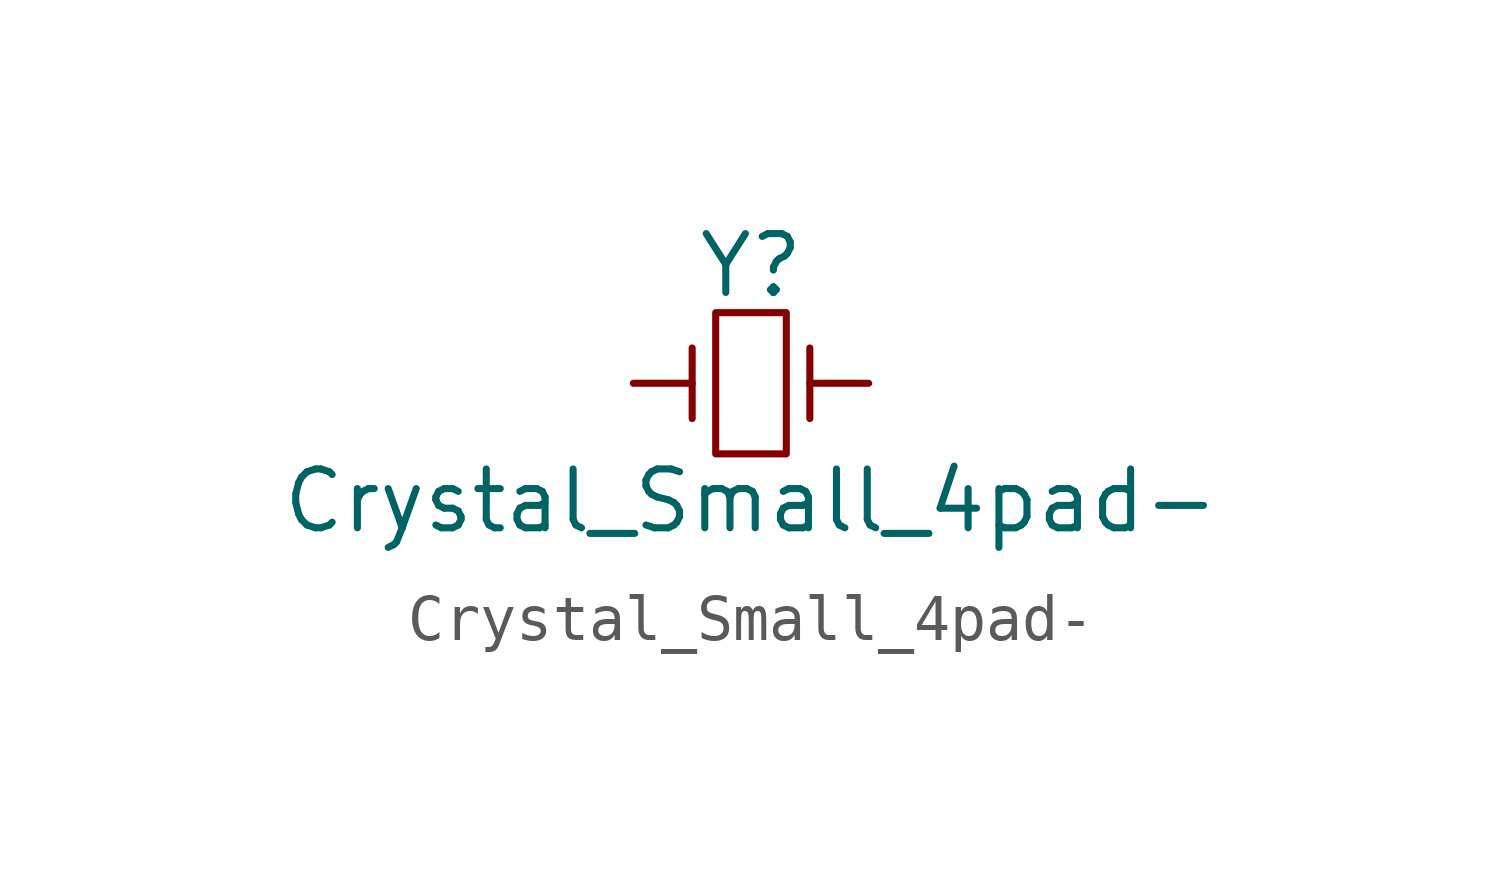
<source format=kicad_sym>
(kicad_symbol_lib
  (version 20231120)
  (generator "kicad_symbol_editor")
  (generator_version "8.0")
  (symbol "Crystal_Small_4pad-"
    (pin_numbers hide)
    (pin_names
      (offset 1.016) hide)
    (property "Reference" "Y"
      (at 0 2.54 0)
      (effects (font (size 1.27 1.27))))
    (property "Value" "Crystal_Small_4pad-"
      (at 0 -2.54 0)
      (effects (font (size 1.27 1.27))))
    (property "Footprint" ""
      (at 0 0 0)
      (effects (font (size 1.27 1.27))))
    (property "Datasheet" ""
      (at 0 0 0)
      (effects (font (size 1.27 1.27))))
    (symbol "Crystal_Small_4pad-_0_1"
      (rectangle (start -0.762 -1.524) (end 0.762 1.524) (stroke (width 0) (type solid)) (fill (type none)))
      (polyline (pts (xy -1.27 -0.762) (xy -1.27 0.762)) (stroke (width 0) (type solid)) (fill (type none)))
      (polyline (pts (xy 1.27 -0.762) (xy 1.27 0.762)) (stroke (width 0) (type solid)) (fill (type none))))
    (symbol "Crystal_Small_4pad-_1_1"
      (pin passive line (at -2.54 0 0) (length 1.27) (name "1" (effects (font (size 1.016 1.016)))) (number "1" (effects (font (size 1.016 1.016)))))
      (pin passive line (at 2.54 0 180) (length 1.27) (name "2" (effects (font (size 1.016 1.016)))) (number "3" (effects (font (size 1.016 1.016))))))))
</source>
